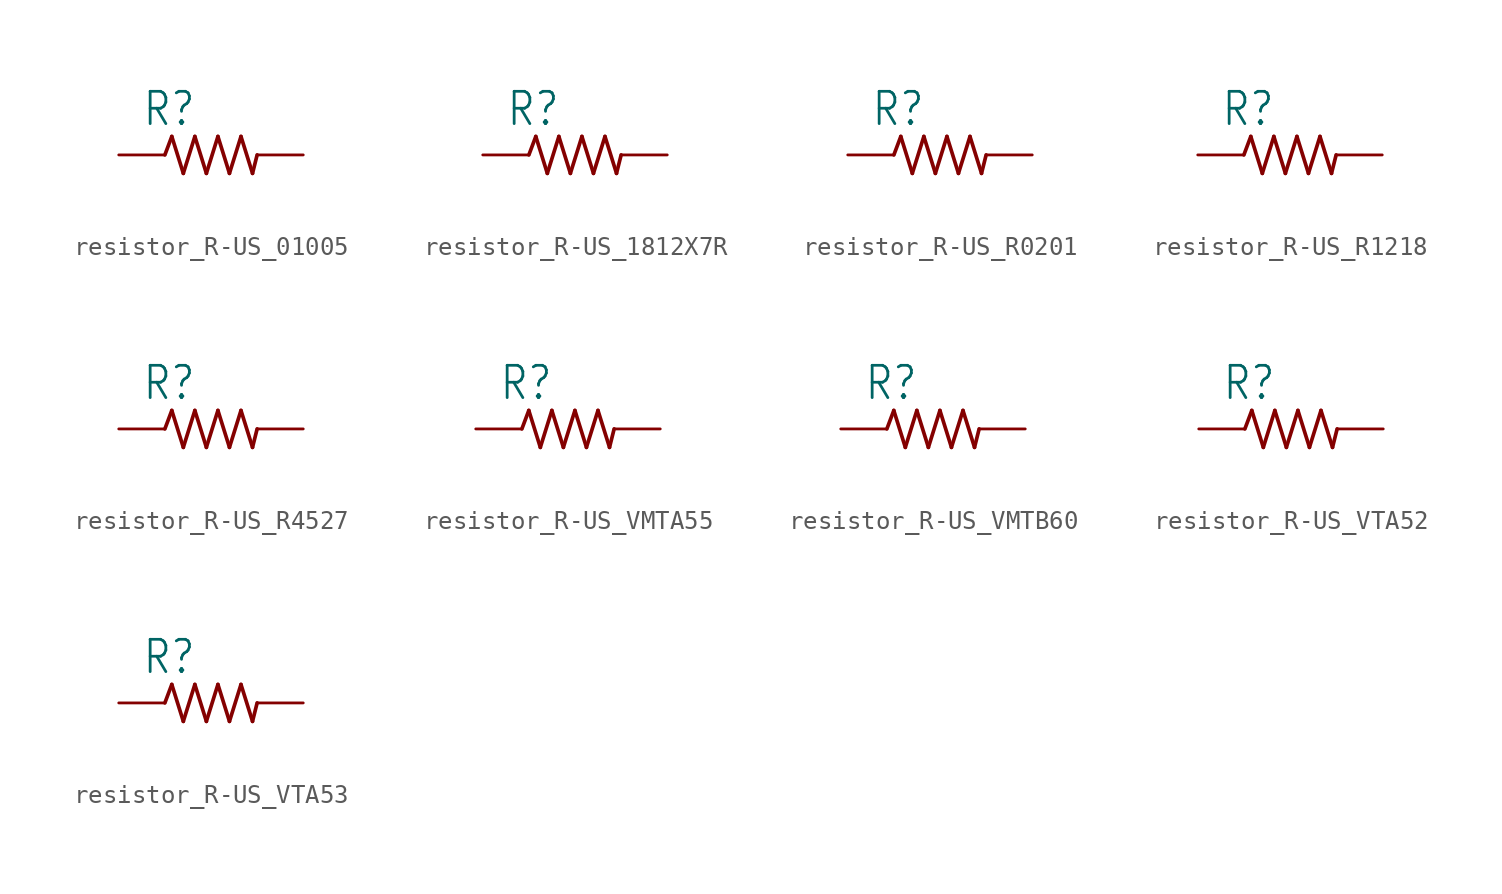
<source format=kicad_sym>
(kicad_symbol_lib
  (version 20231120)
  (generator "kicad_symbol_editor")
  (generator_version "8.0")
  (symbol "resistor_R-US_01005"
    (property "Reference" "R"
      (at -3.81 1.499 0)
      (effects (font (size 1.778 1.511)) (justify left bottom)))
    (property "Value" ""
      (at -3.81 -3.302 0)
      (effects (font (size 1.778 1.511)) (justify left bottom)))
    (property "ki_locked" ""
      (at 0 0 0)
      (effects (font (size 1.27 1.27))))
    (symbol "resistor_R-US_01005_1_0"
      (polyline (pts (xy -2.54 0) (xy -2.159 1.016)) (stroke (width 0.203) (type solid)) (fill (type none)))
      (polyline (pts (xy -2.159 1.016) (xy -1.524 -1.016)) (stroke (width 0.203) (type solid)) (fill (type none)))
      (polyline (pts (xy -1.524 -1.016) (xy -0.889 1.016)) (stroke (width 0.203) (type solid)) (fill (type none)))
      (polyline (pts (xy -0.889 1.016) (xy -0.254 -1.016)) (stroke (width 0.203) (type solid)) (fill (type none)))
      (polyline (pts (xy -0.254 -1.016) (xy 0.381 1.016)) (stroke (width 0.203) (type solid)) (fill (type none)))
      (polyline (pts (xy 0.381 1.016) (xy 1.016 -1.016)) (stroke (width 0.203) (type solid)) (fill (type none)))
      (polyline (pts (xy 1.016 -1.016) (xy 1.651 1.016)) (stroke (width 0.203) (type solid)) (fill (type none)))
      (polyline (pts (xy 1.651 1.016) (xy 2.286 -1.016)) (stroke (width 0.203) (type solid)) (fill (type none)))
      (polyline (pts (xy 2.286 -1.016) (xy 2.54 0)) (stroke (width 0.203) (type solid)) (fill (type none)))
      (pin passive line (at -5.08 0 0) (length 2.54) (name "1" (effects (font (size 0 0)))) (number "1" (effects (font (size 0 0)))))
      (pin passive line (at 5.08 0 180) (length 2.54) (name "2" (effects (font (size 0 0)))) (number "2" (effects (font (size 0 0)))))))
  (symbol "resistor_R-US_1812X7R"
    (property "Reference" "R"
      (at -3.81 1.499 0)
      (effects (font (size 1.778 1.511)) (justify left bottom)))
    (property "Value" ""
      (at -3.81 -3.302 0)
      (effects (font (size 1.778 1.511)) (justify left bottom)))
    (property "ki_locked" ""
      (at 0 0 0)
      (effects (font (size 1.27 1.27))))
    (symbol "resistor_R-US_1812X7R_1_0"
      (polyline (pts (xy -2.54 0) (xy -2.159 1.016)) (stroke (width 0.203) (type solid)) (fill (type none)))
      (polyline (pts (xy -2.159 1.016) (xy -1.524 -1.016)) (stroke (width 0.203) (type solid)) (fill (type none)))
      (polyline (pts (xy -1.524 -1.016) (xy -0.889 1.016)) (stroke (width 0.203) (type solid)) (fill (type none)))
      (polyline (pts (xy -0.889 1.016) (xy -0.254 -1.016)) (stroke (width 0.203) (type solid)) (fill (type none)))
      (polyline (pts (xy -0.254 -1.016) (xy 0.381 1.016)) (stroke (width 0.203) (type solid)) (fill (type none)))
      (polyline (pts (xy 0.381 1.016) (xy 1.016 -1.016)) (stroke (width 0.203) (type solid)) (fill (type none)))
      (polyline (pts (xy 1.016 -1.016) (xy 1.651 1.016)) (stroke (width 0.203) (type solid)) (fill (type none)))
      (polyline (pts (xy 1.651 1.016) (xy 2.286 -1.016)) (stroke (width 0.203) (type solid)) (fill (type none)))
      (polyline (pts (xy 2.286 -1.016) (xy 2.54 0)) (stroke (width 0.203) (type solid)) (fill (type none)))
      (pin passive line (at -5.08 0 0) (length 2.54) (name "1" (effects (font (size 0 0)))) (number "1" (effects (font (size 0 0)))))
      (pin passive line (at 5.08 0 180) (length 2.54) (name "2" (effects (font (size 0 0)))) (number "2" (effects (font (size 0 0)))))))
  (symbol "resistor_R-US_R0201"
    (property "Reference" "R"
      (at -3.81 1.499 0)
      (effects (font (size 1.778 1.511)) (justify left bottom)))
    (property "Value" ""
      (at -3.81 -3.302 0)
      (effects (font (size 1.778 1.511)) (justify left bottom)))
    (property "ki_locked" ""
      (at 0 0 0)
      (effects (font (size 1.27 1.27))))
    (symbol "resistor_R-US_R0201_1_0"
      (polyline (pts (xy -2.54 0) (xy -2.159 1.016)) (stroke (width 0.203) (type solid)) (fill (type none)))
      (polyline (pts (xy -2.159 1.016) (xy -1.524 -1.016)) (stroke (width 0.203) (type solid)) (fill (type none)))
      (polyline (pts (xy -1.524 -1.016) (xy -0.889 1.016)) (stroke (width 0.203) (type solid)) (fill (type none)))
      (polyline (pts (xy -0.889 1.016) (xy -0.254 -1.016)) (stroke (width 0.203) (type solid)) (fill (type none)))
      (polyline (pts (xy -0.254 -1.016) (xy 0.381 1.016)) (stroke (width 0.203) (type solid)) (fill (type none)))
      (polyline (pts (xy 0.381 1.016) (xy 1.016 -1.016)) (stroke (width 0.203) (type solid)) (fill (type none)))
      (polyline (pts (xy 1.016 -1.016) (xy 1.651 1.016)) (stroke (width 0.203) (type solid)) (fill (type none)))
      (polyline (pts (xy 1.651 1.016) (xy 2.286 -1.016)) (stroke (width 0.203) (type solid)) (fill (type none)))
      (polyline (pts (xy 2.286 -1.016) (xy 2.54 0)) (stroke (width 0.203) (type solid)) (fill (type none)))
      (pin passive line (at -5.08 0 0) (length 2.54) (name "1" (effects (font (size 0 0)))) (number "1" (effects (font (size 0 0)))))
      (pin passive line (at 5.08 0 180) (length 2.54) (name "2" (effects (font (size 0 0)))) (number "2" (effects (font (size 0 0)))))))
  (symbol "resistor_R-US_R1218"
    (property "Reference" "R"
      (at -3.81 1.499 0)
      (effects (font (size 1.778 1.511)) (justify left bottom)))
    (property "Value" ""
      (at -3.81 -3.302 0)
      (effects (font (size 1.778 1.511)) (justify left bottom)))
    (property "ki_locked" ""
      (at 0 0 0)
      (effects (font (size 1.27 1.27))))
    (symbol "resistor_R-US_R1218_1_0"
      (polyline (pts (xy -2.54 0) (xy -2.159 1.016)) (stroke (width 0.203) (type solid)) (fill (type none)))
      (polyline (pts (xy -2.159 1.016) (xy -1.524 -1.016)) (stroke (width 0.203) (type solid)) (fill (type none)))
      (polyline (pts (xy -1.524 -1.016) (xy -0.889 1.016)) (stroke (width 0.203) (type solid)) (fill (type none)))
      (polyline (pts (xy -0.889 1.016) (xy -0.254 -1.016)) (stroke (width 0.203) (type solid)) (fill (type none)))
      (polyline (pts (xy -0.254 -1.016) (xy 0.381 1.016)) (stroke (width 0.203) (type solid)) (fill (type none)))
      (polyline (pts (xy 0.381 1.016) (xy 1.016 -1.016)) (stroke (width 0.203) (type solid)) (fill (type none)))
      (polyline (pts (xy 1.016 -1.016) (xy 1.651 1.016)) (stroke (width 0.203) (type solid)) (fill (type none)))
      (polyline (pts (xy 1.651 1.016) (xy 2.286 -1.016)) (stroke (width 0.203) (type solid)) (fill (type none)))
      (polyline (pts (xy 2.286 -1.016) (xy 2.54 0)) (stroke (width 0.203) (type solid)) (fill (type none)))
      (pin passive line (at -5.08 0 0) (length 2.54) (name "1" (effects (font (size 0 0)))) (number "1" (effects (font (size 0 0)))))
      (pin passive line (at 5.08 0 180) (length 2.54) (name "2" (effects (font (size 0 0)))) (number "2" (effects (font (size 0 0)))))))
  (symbol "resistor_R-US_R4527"
    (property "Reference" "R"
      (at -3.81 1.499 0)
      (effects (font (size 1.778 1.511)) (justify left bottom)))
    (property "Value" ""
      (at -3.81 -3.302 0)
      (effects (font (size 1.778 1.511)) (justify left bottom)))
    (property "ki_locked" ""
      (at 0 0 0)
      (effects (font (size 1.27 1.27))))
    (symbol "resistor_R-US_R4527_1_0"
      (polyline (pts (xy -2.54 0) (xy -2.159 1.016)) (stroke (width 0.203) (type solid)) (fill (type none)))
      (polyline (pts (xy -2.159 1.016) (xy -1.524 -1.016)) (stroke (width 0.203) (type solid)) (fill (type none)))
      (polyline (pts (xy -1.524 -1.016) (xy -0.889 1.016)) (stroke (width 0.203) (type solid)) (fill (type none)))
      (polyline (pts (xy -0.889 1.016) (xy -0.254 -1.016)) (stroke (width 0.203) (type solid)) (fill (type none)))
      (polyline (pts (xy -0.254 -1.016) (xy 0.381 1.016)) (stroke (width 0.203) (type solid)) (fill (type none)))
      (polyline (pts (xy 0.381 1.016) (xy 1.016 -1.016)) (stroke (width 0.203) (type solid)) (fill (type none)))
      (polyline (pts (xy 1.016 -1.016) (xy 1.651 1.016)) (stroke (width 0.203) (type solid)) (fill (type none)))
      (polyline (pts (xy 1.651 1.016) (xy 2.286 -1.016)) (stroke (width 0.203) (type solid)) (fill (type none)))
      (polyline (pts (xy 2.286 -1.016) (xy 2.54 0)) (stroke (width 0.203) (type solid)) (fill (type none)))
      (pin passive line (at -5.08 0 0) (length 2.54) (name "1" (effects (font (size 0 0)))) (number "1" (effects (font (size 0 0)))))
      (pin passive line (at 5.08 0 180) (length 2.54) (name "2" (effects (font (size 0 0)))) (number "2" (effects (font (size 0 0)))))))
  (symbol "resistor_R-US_VMTA55"
    (property "Reference" "R"
      (at -3.81 1.499 0)
      (effects (font (size 1.778 1.511)) (justify left bottom)))
    (property "Value" ""
      (at -3.81 -3.302 0)
      (effects (font (size 1.778 1.511)) (justify left bottom)))
    (property "ki_locked" ""
      (at 0 0 0)
      (effects (font (size 1.27 1.27))))
    (symbol "resistor_R-US_VMTA55_1_0"
      (polyline (pts (xy -2.54 0) (xy -2.159 1.016)) (stroke (width 0.203) (type solid)) (fill (type none)))
      (polyline (pts (xy -2.159 1.016) (xy -1.524 -1.016)) (stroke (width 0.203) (type solid)) (fill (type none)))
      (polyline (pts (xy -1.524 -1.016) (xy -0.889 1.016)) (stroke (width 0.203) (type solid)) (fill (type none)))
      (polyline (pts (xy -0.889 1.016) (xy -0.254 -1.016)) (stroke (width 0.203) (type solid)) (fill (type none)))
      (polyline (pts (xy -0.254 -1.016) (xy 0.381 1.016)) (stroke (width 0.203) (type solid)) (fill (type none)))
      (polyline (pts (xy 0.381 1.016) (xy 1.016 -1.016)) (stroke (width 0.203) (type solid)) (fill (type none)))
      (polyline (pts (xy 1.016 -1.016) (xy 1.651 1.016)) (stroke (width 0.203) (type solid)) (fill (type none)))
      (polyline (pts (xy 1.651 1.016) (xy 2.286 -1.016)) (stroke (width 0.203) (type solid)) (fill (type none)))
      (polyline (pts (xy 2.286 -1.016) (xy 2.54 0)) (stroke (width 0.203) (type solid)) (fill (type none)))
      (pin passive line (at -5.08 0 0) (length 2.54) (name "1" (effects (font (size 0 0)))) (number "1" (effects (font (size 0 0)))))
      (pin passive line (at 5.08 0 180) (length 2.54) (name "2" (effects (font (size 0 0)))) (number "2" (effects (font (size 0 0)))))))
  (symbol "resistor_R-US_VMTB60"
    (property "Reference" "R"
      (at -3.81 1.499 0)
      (effects (font (size 1.778 1.511)) (justify left bottom)))
    (property "Value" ""
      (at -3.81 -3.302 0)
      (effects (font (size 1.778 1.511)) (justify left bottom)))
    (property "ki_locked" ""
      (at 0 0 0)
      (effects (font (size 1.27 1.27))))
    (symbol "resistor_R-US_VMTB60_1_0"
      (polyline (pts (xy -2.54 0) (xy -2.159 1.016)) (stroke (width 0.203) (type solid)) (fill (type none)))
      (polyline (pts (xy -2.159 1.016) (xy -1.524 -1.016)) (stroke (width 0.203) (type solid)) (fill (type none)))
      (polyline (pts (xy -1.524 -1.016) (xy -0.889 1.016)) (stroke (width 0.203) (type solid)) (fill (type none)))
      (polyline (pts (xy -0.889 1.016) (xy -0.254 -1.016)) (stroke (width 0.203) (type solid)) (fill (type none)))
      (polyline (pts (xy -0.254 -1.016) (xy 0.381 1.016)) (stroke (width 0.203) (type solid)) (fill (type none)))
      (polyline (pts (xy 0.381 1.016) (xy 1.016 -1.016)) (stroke (width 0.203) (type solid)) (fill (type none)))
      (polyline (pts (xy 1.016 -1.016) (xy 1.651 1.016)) (stroke (width 0.203) (type solid)) (fill (type none)))
      (polyline (pts (xy 1.651 1.016) (xy 2.286 -1.016)) (stroke (width 0.203) (type solid)) (fill (type none)))
      (polyline (pts (xy 2.286 -1.016) (xy 2.54 0)) (stroke (width 0.203) (type solid)) (fill (type none)))
      (pin passive line (at -5.08 0 0) (length 2.54) (name "1" (effects (font (size 0 0)))) (number "1" (effects (font (size 0 0)))))
      (pin passive line (at 5.08 0 180) (length 2.54) (name "2" (effects (font (size 0 0)))) (number "2" (effects (font (size 0 0)))))))
  (symbol "resistor_R-US_VTA52"
    (property "Reference" "R"
      (at -3.81 1.499 0)
      (effects (font (size 1.778 1.511)) (justify left bottom)))
    (property "Value" ""
      (at -3.81 -3.302 0)
      (effects (font (size 1.778 1.511)) (justify left bottom)))
    (property "ki_locked" ""
      (at 0 0 0)
      (effects (font (size 1.27 1.27))))
    (symbol "resistor_R-US_VTA52_1_0"
      (polyline (pts (xy -2.54 0) (xy -2.159 1.016)) (stroke (width 0.203) (type solid)) (fill (type none)))
      (polyline (pts (xy -2.159 1.016) (xy -1.524 -1.016)) (stroke (width 0.203) (type solid)) (fill (type none)))
      (polyline (pts (xy -1.524 -1.016) (xy -0.889 1.016)) (stroke (width 0.203) (type solid)) (fill (type none)))
      (polyline (pts (xy -0.889 1.016) (xy -0.254 -1.016)) (stroke (width 0.203) (type solid)) (fill (type none)))
      (polyline (pts (xy -0.254 -1.016) (xy 0.381 1.016)) (stroke (width 0.203) (type solid)) (fill (type none)))
      (polyline (pts (xy 0.381 1.016) (xy 1.016 -1.016)) (stroke (width 0.203) (type solid)) (fill (type none)))
      (polyline (pts (xy 1.016 -1.016) (xy 1.651 1.016)) (stroke (width 0.203) (type solid)) (fill (type none)))
      (polyline (pts (xy 1.651 1.016) (xy 2.286 -1.016)) (stroke (width 0.203) (type solid)) (fill (type none)))
      (polyline (pts (xy 2.286 -1.016) (xy 2.54 0)) (stroke (width 0.203) (type solid)) (fill (type none)))
      (pin passive line (at -5.08 0 0) (length 2.54) (name "1" (effects (font (size 0 0)))) (number "1" (effects (font (size 0 0)))))
      (pin passive line (at 5.08 0 180) (length 2.54) (name "2" (effects (font (size 0 0)))) (number "2" (effects (font (size 0 0)))))))
  (symbol "resistor_R-US_VTA53"
    (property "Reference" "R"
      (at -3.81 1.499 0)
      (effects (font (size 1.778 1.511)) (justify left bottom)))
    (property "Value" ""
      (at -3.81 -3.302 0)
      (effects (font (size 1.778 1.511)) (justify left bottom)))
    (property "ki_locked" ""
      (at 0 0 0)
      (effects (font (size 1.27 1.27))))
    (symbol "resistor_R-US_VTA53_1_0"
      (polyline (pts (xy -2.54 0) (xy -2.159 1.016)) (stroke (width 0.203) (type solid)) (fill (type none)))
      (polyline (pts (xy -2.159 1.016) (xy -1.524 -1.016)) (stroke (width 0.203) (type solid)) (fill (type none)))
      (polyline (pts (xy -1.524 -1.016) (xy -0.889 1.016)) (stroke (width 0.203) (type solid)) (fill (type none)))
      (polyline (pts (xy -0.889 1.016) (xy -0.254 -1.016)) (stroke (width 0.203) (type solid)) (fill (type none)))
      (polyline (pts (xy -0.254 -1.016) (xy 0.381 1.016)) (stroke (width 0.203) (type solid)) (fill (type none)))
      (polyline (pts (xy 0.381 1.016) (xy 1.016 -1.016)) (stroke (width 0.203) (type solid)) (fill (type none)))
      (polyline (pts (xy 1.016 -1.016) (xy 1.651 1.016)) (stroke (width 0.203) (type solid)) (fill (type none)))
      (polyline (pts (xy 1.651 1.016) (xy 2.286 -1.016)) (stroke (width 0.203) (type solid)) (fill (type none)))
      (polyline (pts (xy 2.286 -1.016) (xy 2.54 0)) (stroke (width 0.203) (type solid)) (fill (type none)))
      (pin passive line (at -5.08 0 0) (length 2.54) (name "1" (effects (font (size 0 0)))) (number "1" (effects (font (size 0 0)))))
      (pin passive line (at 5.08 0 180) (length 2.54) (name "2" (effects (font (size 0 0)))) (number "2" (effects (font (size 0 0))))))))
</source>
